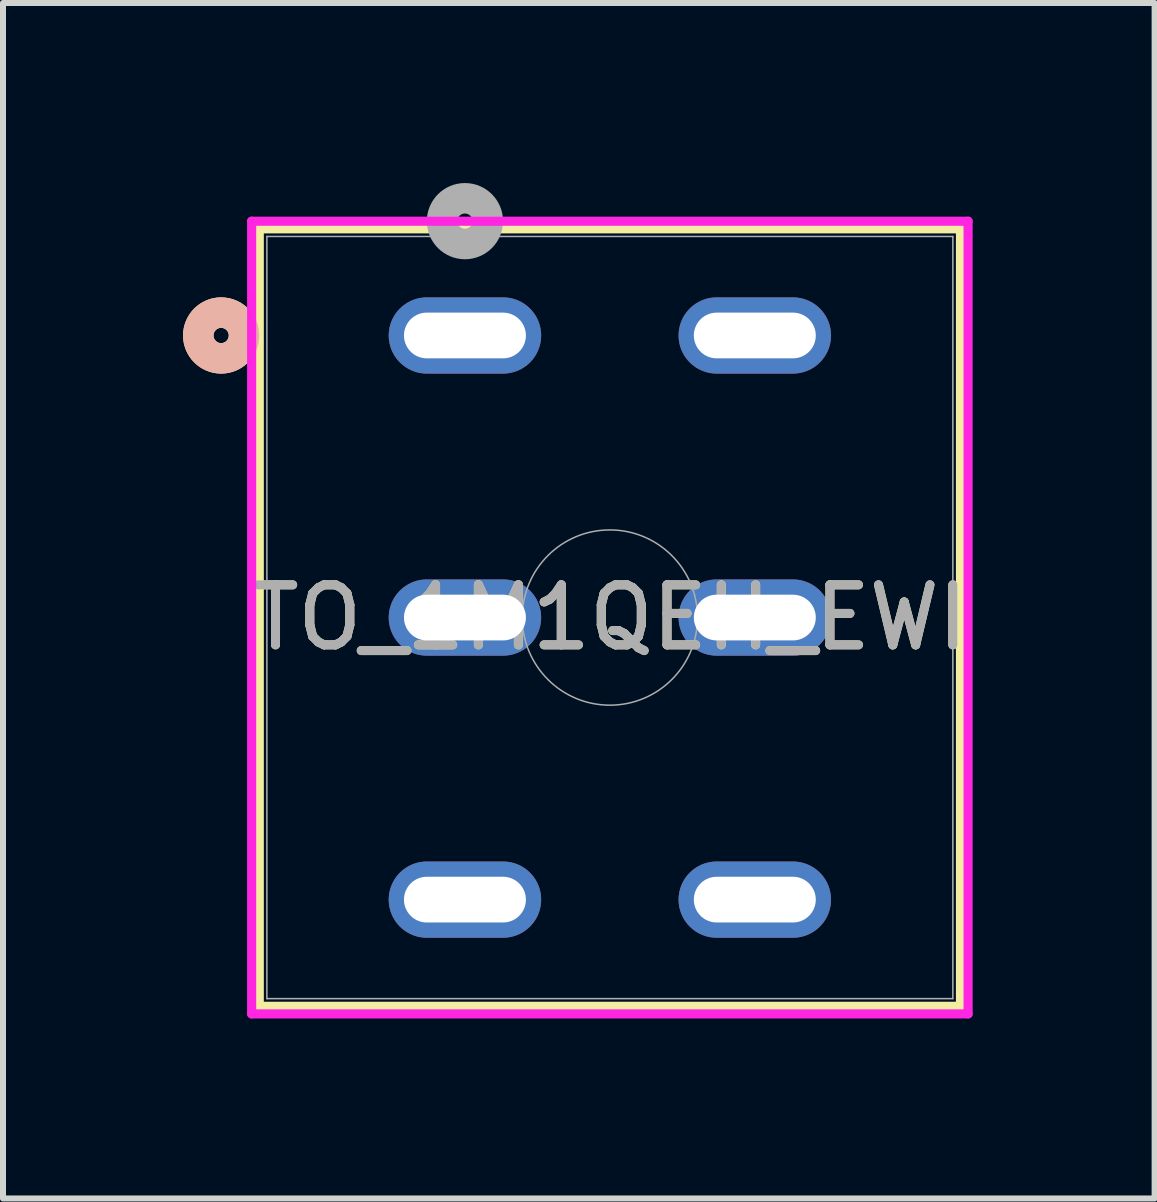
<source format=kicad_pcb>
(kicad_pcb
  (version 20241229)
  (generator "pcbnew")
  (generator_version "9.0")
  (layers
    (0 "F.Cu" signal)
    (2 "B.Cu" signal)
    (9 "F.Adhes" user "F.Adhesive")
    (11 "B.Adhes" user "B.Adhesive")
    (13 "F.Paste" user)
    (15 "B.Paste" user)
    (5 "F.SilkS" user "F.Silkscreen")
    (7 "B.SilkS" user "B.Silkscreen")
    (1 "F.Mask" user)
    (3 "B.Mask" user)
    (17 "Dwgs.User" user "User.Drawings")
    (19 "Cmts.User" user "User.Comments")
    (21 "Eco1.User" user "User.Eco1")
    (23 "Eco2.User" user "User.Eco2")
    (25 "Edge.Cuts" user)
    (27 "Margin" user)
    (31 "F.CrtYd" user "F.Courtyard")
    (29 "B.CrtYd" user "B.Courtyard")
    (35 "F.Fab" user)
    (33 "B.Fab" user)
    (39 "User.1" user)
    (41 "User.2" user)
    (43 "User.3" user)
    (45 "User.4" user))
  (footprint "TO_1M1QEH_EWI"
    (layer "F.Cu")
    (at 4.697 2.54)
    (property "Reference" "TO_1M1QEH_EWI" (at 2.415 4.7 0) (unlocked yes) (layer "F.SilkS") (effects (font (size 1 1) (thickness 0.15))))
    (attr through_hole)
    (fp_line (start -3.427 -1.777) (end -3.427 11.177) (stroke (width 0.152) (type solid)) (layer "F.SilkS"))
    (fp_line (start -3.427 11.177) (end 8.257 11.177) (stroke (width 0.152) (type solid)) (layer "F.SilkS"))
    (fp_line (start 8.257 -1.777) (end -3.427 -1.777) (stroke (width 0.152) (type solid)) (layer "F.SilkS"))
    (fp_line (start 8.257 11.177) (end 8.257 -1.777) (stroke (width 0.152) (type solid)) (layer "F.SilkS"))
    (fp_circle (center -4.062 0) (end -3.681 0) (stroke (width 0.508) (type solid)) (fill no) (layer "F.SilkS"))
    (fp_circle (center -4.062 0) (end -3.681 0) (stroke (width 0.508) (type solid)) (fill no) (layer "B.SilkS"))
    (fp_line (start -3.554 -1.904) (end -3.554 11.304) (stroke (width 0.152) (type solid)) (layer "F.CrtYd"))
    (fp_line (start -3.554 11.304) (end 8.384 11.304) (stroke (width 0.152) (type solid)) (layer "F.CrtYd"))
    (fp_line (start 8.384 -1.904) (end -3.554 -1.904) (stroke (width 0.152) (type solid)) (layer "F.CrtYd"))
    (fp_line (start 8.384 11.304) (end 8.384 -1.904) (stroke (width 0.152) (type solid)) (layer "F.CrtYd"))
    (fp_line (start -3.3 -1.65) (end -3.3 11.05) (stroke (width 0.025) (type solid)) (layer "F.Fab"))
    (fp_line (start -3.3 11.05) (end 8.13 11.05) (stroke (width 0.025) (type solid)) (layer "F.Fab"))
    (fp_line (start 8.13 -1.65) (end -3.3 -1.65) (stroke (width 0.025) (type solid)) (layer "F.Fab"))
    (fp_line (start 8.13 11.05) (end 8.13 -1.65) (stroke (width 0.025) (type solid)) (layer "F.Fab"))
    (fp_circle (center 0 -1.905) (end 0.381 -1.905) (stroke (width 0.508) (type solid)) (fill no) (layer "F.Fab"))
    (fp_circle (center 2.415 4.7) (end 0.955 4.7) (stroke (width 0.025) (type solid)) (fill no) (layer "F.Fab"))
    (fp_text user "${REFERENCE}" (at 2.415 4.7 0) (unlocked yes) (layer "F.Fab") (effects (font (size 1 1) (thickness 0.15))))
    (pad "1" thru_hole oval (at 4.83 0) (size 2.54 1.27) (drill oval 2.032 0.762) (layers "*.Cu" "*.Mask"))
    (pad "2" thru_hole oval (at 4.83 4.7) (size 2.54 1.27) (drill oval 2.032 0.762) (layers "*.Cu" "*.Mask"))
    (pad "3" thru_hole oval (at 4.83 9.4) (size 2.54 1.27) (drill oval 2.032 0.762) (layers "*.Cu" "*.Mask"))
    (pad "4" thru_hole oval (at 0 0) (size 2.54 1.27) (drill oval 2.032 0.762) (layers "*.Cu" "*.Mask"))
    (pad "5" thru_hole oval (at 0 4.7) (size 2.54 1.27) (drill oval 2.032 0.762) (layers "*.Cu" "*.Mask"))
    (pad "6" thru_hole oval (at 0 9.4) (size 2.54 1.27) (drill oval 2.032 0.762) (layers "*.Cu" "*.Mask")))
  (gr_rect
    (start -3 -3)
    (end 16.189 16.92)
    (stroke (width 0.1) (type default))
    (fill no)
    (layer "Edge.Cuts")))
</source>
